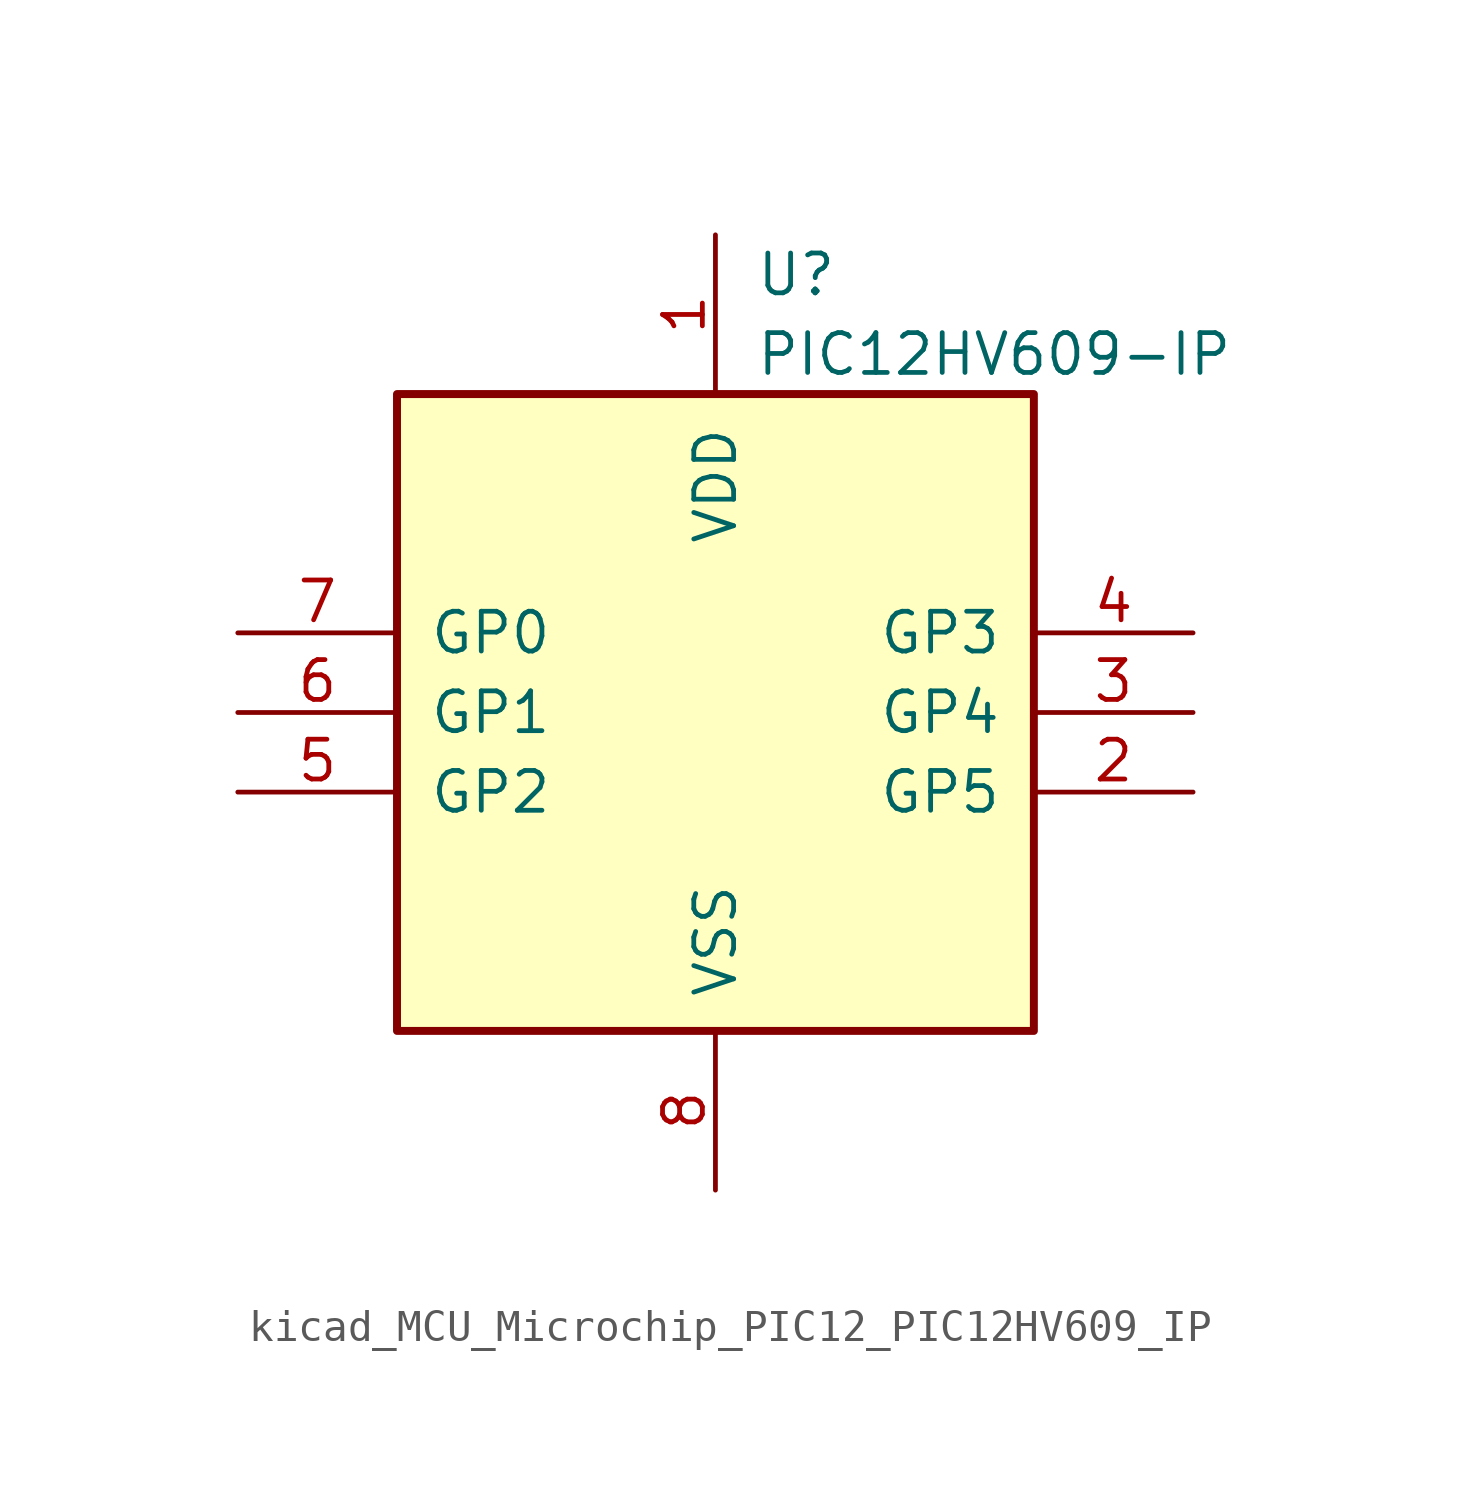
<source format=kicad_sym>
(kicad_symbol_lib
  (version 20220914)
  (generator kicad_symbol_editor)
  (symbol "kicad_MCU_Microchip_PIC12_PIC12HV609_IP"
    (pin_names
      (offset 1.016))
    (property "Reference" "U"
      (at 1.27 13.97 0)
      (effects (font (size 1.27 1.27)) (justify left)))
    (property "Value" "PIC12HV609-IP"
      (at 1.27 11.43 0)
      (effects (font (size 1.27 1.27)) (justify left)))
    (symbol "kicad_MCU_Microchip_PIC12_PIC12HV609_IP_0_1"
      (rectangle (start 10.16 -10.16) (end -10.16 10.16) (stroke (width 0.254) (type default)) (fill (type background))))
    (symbol "kicad_MCU_Microchip_PIC12_PIC12HV609_IP_1_1"
      (pin power_in line (at 0 15.24 270) (length 5.08) (name "VDD" (effects (font (size 1.27 1.27)))) (number "1" (effects (font (size 1.27 1.27)))))
      (pin bidirectional line (at 15.24 -2.54 180) (length 5.08) (name "GP5" (effects (font (size 1.27 1.27)))) (number "2" (effects (font (size 1.27 1.27)))))
      (pin bidirectional line (at 15.24 0 180) (length 5.08) (name "GP4" (effects (font (size 1.27 1.27)))) (number "3" (effects (font (size 1.27 1.27)))))
      (pin input line (at 15.24 2.54 180) (length 5.08) (name "GP3" (effects (font (size 1.27 1.27)))) (number "4" (effects (font (size 1.27 1.27)))))
      (pin bidirectional line (at -15.24 -2.54 0) (length 5.08) (name "GP2" (effects (font (size 1.27 1.27)))) (number "5" (effects (font (size 1.27 1.27)))))
      (pin bidirectional line (at -15.24 0 0) (length 5.08) (name "GP1" (effects (font (size 1.27 1.27)))) (number "6" (effects (font (size 1.27 1.27)))))
      (pin bidirectional line (at -15.24 2.54 0) (length 5.08) (name "GP0" (effects (font (size 1.27 1.27)))) (number "7" (effects (font (size 1.27 1.27)))))
      (pin power_in line (at 0 -15.24 90) (length 5.08) (name "VSS" (effects (font (size 1.27 1.27)))) (number "8" (effects (font (size 1.27 1.27))))))))
</source>
